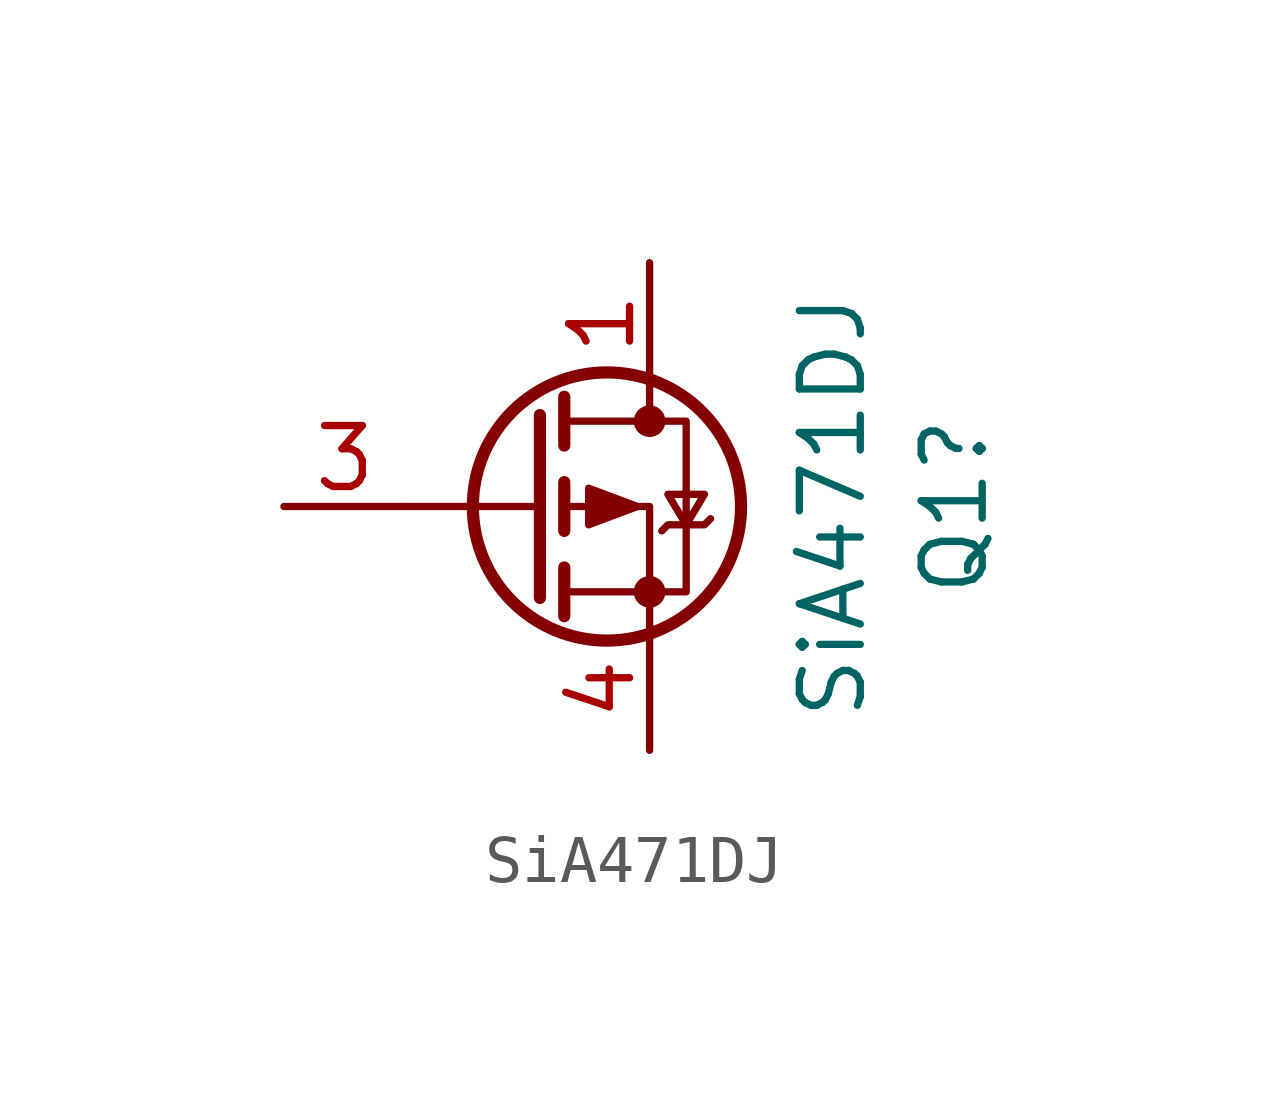
<source format=kicad_sym>
(kicad_symbol_lib
  (version 20220914)
  (generator kicad_symbol_editor)
  (symbol "SiA471DJ"
    (pin_names hide)
    (property "Reference" "Q1"
      (at 8.89 0 90)
      (effects (font (size 1.27 1.27))))
    (property "Value" "SiA471DJ"
      (at 6.35 0 90)
      (effects (font (size 1.27 1.27))))
    (symbol "SiA471DJ_0_1"
      (polyline (pts (xy 0.254 0) (xy -2.54 0)) (stroke (width 0) (type default)) (fill (type none)))
      (polyline (pts (xy 0.254 1.905) (xy 0.254 -1.905)) (stroke (width 0.254) (type default)) (fill (type none)))
      (polyline (pts (xy 0.762 -1.27) (xy 0.762 -2.286)) (stroke (width 0.254) (type default)) (fill (type none)))
      (polyline (pts (xy 0.762 0.508) (xy 0.762 -0.508)) (stroke (width 0.254) (type default)) (fill (type none)))
      (polyline (pts (xy 0.762 2.286) (xy 0.762 1.27)) (stroke (width 0.254) (type default)) (fill (type none)))
      (polyline (pts (xy 2.54 2.54) (xy 2.54 1.778)) (stroke (width 0) (type default)) (fill (type none)))
      (polyline (pts (xy 2.54 -2.54) (xy 2.54 0) (xy 0.762 0)) (stroke (width 0) (type default)) (fill (type none)))
      (polyline (pts (xy 0.762 1.778) (xy 3.302 1.778) (xy 3.302 -1.778) (xy 0.762 -1.778)) (stroke (width 0) (type default)) (fill (type none)))
      (polyline (pts (xy 2.286 0) (xy 1.27 0.381) (xy 1.27 -0.381) (xy 2.286 0)) (stroke (width 0) (type default)) (fill (type outline)))
      (polyline (pts (xy 2.794 -0.508) (xy 2.921 -0.381) (xy 3.683 -0.381) (xy 3.81 -0.254)) (stroke (width 0) (type default)) (fill (type none)))
      (polyline (pts (xy 3.302 -0.381) (xy 2.921 0.254) (xy 3.683 0.254) (xy 3.302 -0.381)) (stroke (width 0) (type default)) (fill (type none)))
      (circle (center 1.651 0) (radius 2.794) (stroke (width 0.254) (type default)) (fill (type none)))
      (circle (center 2.54 -1.778) (radius 0.254) (stroke (width 0) (type default)) (fill (type outline)))
      (circle (center 2.54 1.778) (radius 0.254) (stroke (width 0) (type default)) (fill (type outline))))
    (symbol "SiA471DJ_1_1"
      (pin passive line (at 2.54 5.08 270) (length 2.54) (name "D" (effects (font (size 1.27 1.27)))) (number "1" (effects (font (size 1.27 1.27)))))
      (pin passive line (at -5.08 0 0) (length 2.54) (name "G" (effects (font (size 1.27 1.27)))) (number "3" (effects (font (size 1.27 1.27)))))
      (pin passive line (at 2.54 -5.08 90) (length 2.54) (name "S" (effects (font (size 1.27 1.27)))) (number "4" (effects (font (size 1.27 1.27))))))))
</source>
